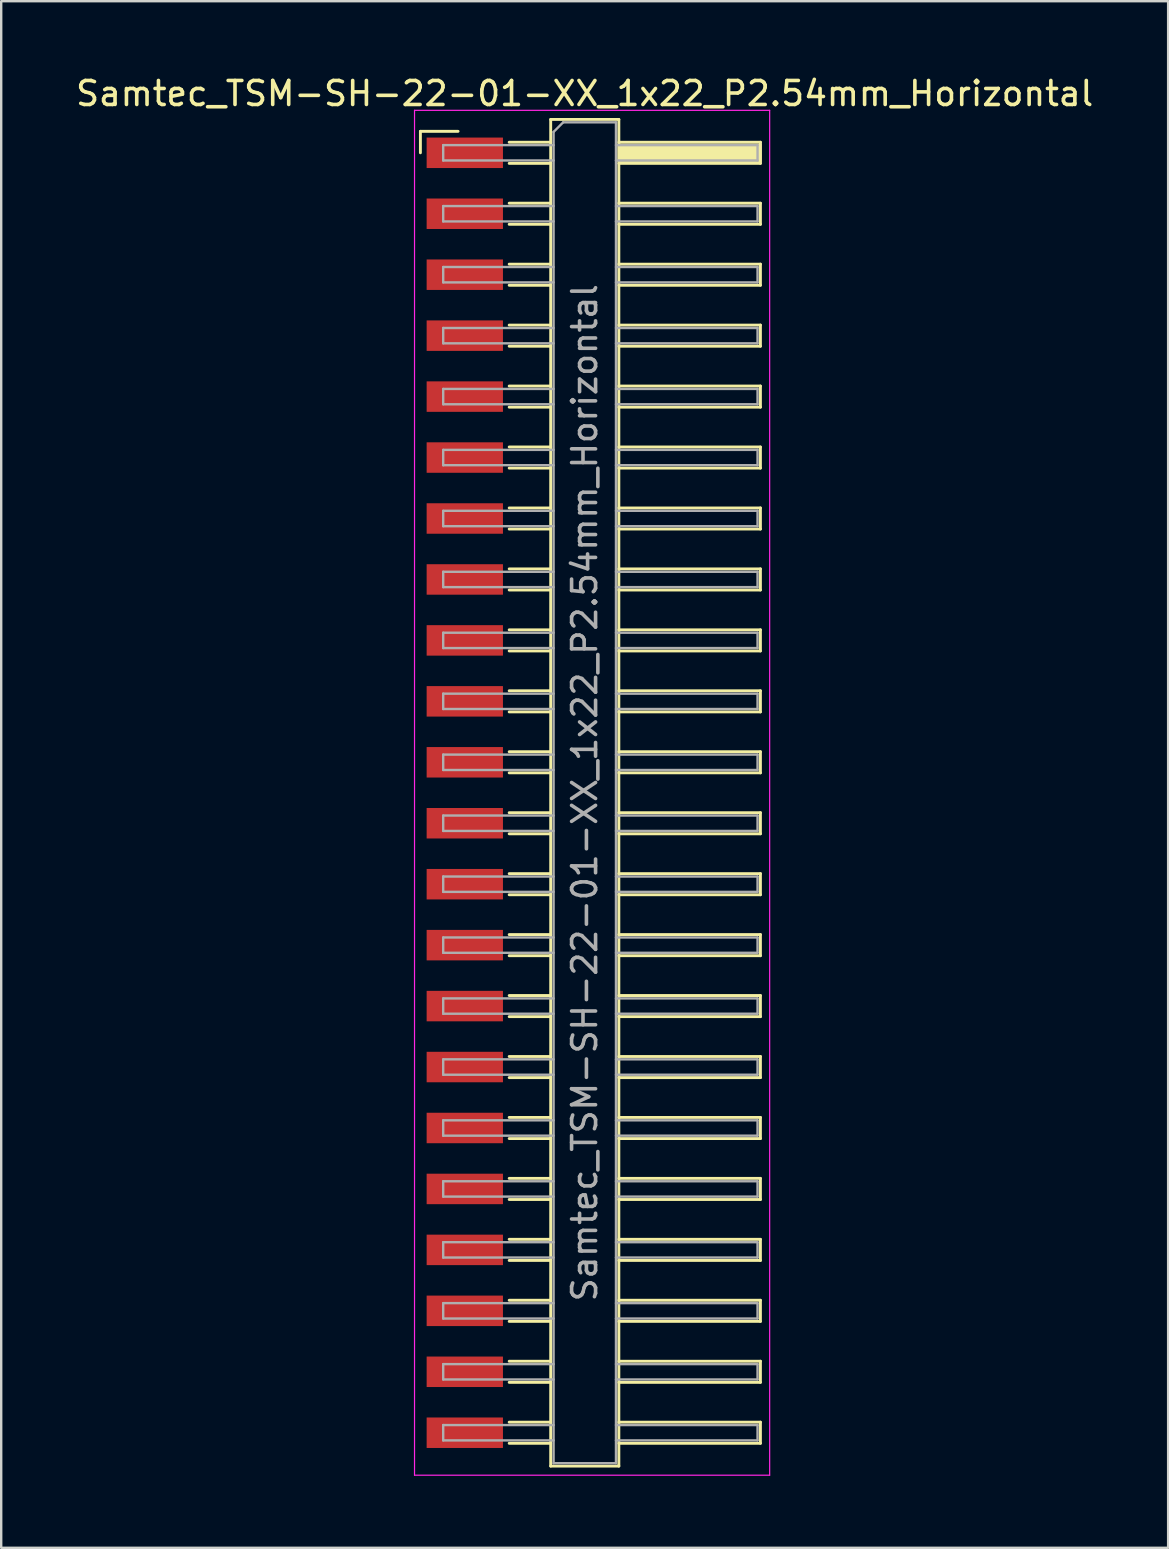
<source format=kicad_pcb>
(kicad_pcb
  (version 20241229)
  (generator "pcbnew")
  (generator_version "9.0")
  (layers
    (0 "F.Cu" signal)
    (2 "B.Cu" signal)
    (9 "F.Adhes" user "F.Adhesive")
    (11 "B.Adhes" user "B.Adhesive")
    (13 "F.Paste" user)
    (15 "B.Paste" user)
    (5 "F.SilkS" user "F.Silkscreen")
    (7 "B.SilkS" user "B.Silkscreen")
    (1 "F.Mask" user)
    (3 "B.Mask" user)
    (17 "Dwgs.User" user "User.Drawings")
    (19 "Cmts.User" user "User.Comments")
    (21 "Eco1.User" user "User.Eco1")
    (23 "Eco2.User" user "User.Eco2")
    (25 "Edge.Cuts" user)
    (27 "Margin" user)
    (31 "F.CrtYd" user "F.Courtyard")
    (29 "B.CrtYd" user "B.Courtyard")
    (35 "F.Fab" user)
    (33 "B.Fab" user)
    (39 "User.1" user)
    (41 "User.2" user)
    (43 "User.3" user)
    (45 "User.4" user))
  (footprint "Samtec_TSM-SH-22-01-XX_1x22_P2.54mm_Horizontal"
    (layer "F.Cu")
    (at 21.505 29.988)
    (property "Reference" "Samtec_TSM-SH-22-01-XX_1x22_P2.54mm_Horizontal" (at -0.19 -29.14 0) (layer "F.SilkS") (effects (font (size 1 1) (thickness 0.15))))
    (attr smd)
    (fp_line (start -7.035 -27.565) (end -5.465 -27.565) (stroke (width 0.12) (type solid)) (layer "F.SilkS"))
    (fp_line (start -7.035 -26.67) (end -7.035 -27.565) (stroke (width 0.12) (type solid)) (layer "F.SilkS"))
    (fp_line (start -3.335 -27.11) (end -1.605 -27.11) (stroke (width 0.12) (type solid)) (layer "F.SilkS"))
    (fp_line (start -3.335 -26.23) (end -1.605 -26.23) (stroke (width 0.12) (type solid)) (layer "F.SilkS"))
    (fp_line (start -3.335 -24.57) (end -1.605 -24.57) (stroke (width 0.12) (type solid)) (layer "F.SilkS"))
    (fp_line (start -3.335 -23.69) (end -1.605 -23.69) (stroke (width 0.12) (type solid)) (layer "F.SilkS"))
    (fp_line (start -3.335 -22.03) (end -1.605 -22.03) (stroke (width 0.12) (type solid)) (layer "F.SilkS"))
    (fp_line (start -3.335 -21.15) (end -1.605 -21.15) (stroke (width 0.12) (type solid)) (layer "F.SilkS"))
    (fp_line (start -3.335 -19.49) (end -1.605 -19.49) (stroke (width 0.12) (type solid)) (layer "F.SilkS"))
    (fp_line (start -3.335 -18.61) (end -1.605 -18.61) (stroke (width 0.12) (type solid)) (layer "F.SilkS"))
    (fp_line (start -3.335 -16.95) (end -1.605 -16.95) (stroke (width 0.12) (type solid)) (layer "F.SilkS"))
    (fp_line (start -3.335 -16.07) (end -1.605 -16.07) (stroke (width 0.12) (type solid)) (layer "F.SilkS"))
    (fp_line (start -3.335 -14.41) (end -1.605 -14.41) (stroke (width 0.12) (type solid)) (layer "F.SilkS"))
    (fp_line (start -3.335 -13.53) (end -1.605 -13.53) (stroke (width 0.12) (type solid)) (layer "F.SilkS"))
    (fp_line (start -3.335 -11.87) (end -1.605 -11.87) (stroke (width 0.12) (type solid)) (layer "F.SilkS"))
    (fp_line (start -3.335 -10.99) (end -1.605 -10.99) (stroke (width 0.12) (type solid)) (layer "F.SilkS"))
    (fp_line (start -3.335 -9.33) (end -1.605 -9.33) (stroke (width 0.12) (type solid)) (layer "F.SilkS"))
    (fp_line (start -3.335 -8.45) (end -1.605 -8.45) (stroke (width 0.12) (type solid)) (layer "F.SilkS"))
    (fp_line (start -3.335 -6.79) (end -1.605 -6.79) (stroke (width 0.12) (type solid)) (layer "F.SilkS"))
    (fp_line (start -3.335 -5.91) (end -1.605 -5.91) (stroke (width 0.12) (type solid)) (layer "F.SilkS"))
    (fp_line (start -3.335 -4.25) (end -1.605 -4.25) (stroke (width 0.12) (type solid)) (layer "F.SilkS"))
    (fp_line (start -3.335 -3.37) (end -1.605 -3.37) (stroke (width 0.12) (type solid)) (layer "F.SilkS"))
    (fp_line (start -3.335 -1.71) (end -1.605 -1.71) (stroke (width 0.12) (type solid)) (layer "F.SilkS"))
    (fp_line (start -3.335 -0.83) (end -1.605 -0.83) (stroke (width 0.12) (type solid)) (layer "F.SilkS"))
    (fp_line (start -3.335 0.83) (end -1.605 0.83) (stroke (width 0.12) (type solid)) (layer "F.SilkS"))
    (fp_line (start -3.335 1.71) (end -1.605 1.71) (stroke (width 0.12) (type solid)) (layer "F.SilkS"))
    (fp_line (start -3.335 3.37) (end -1.605 3.37) (stroke (width 0.12) (type solid)) (layer "F.SilkS"))
    (fp_line (start -3.335 4.25) (end -1.605 4.25) (stroke (width 0.12) (type solid)) (layer "F.SilkS"))
    (fp_line (start -3.335 5.91) (end -1.605 5.91) (stroke (width 0.12) (type solid)) (layer "F.SilkS"))
    (fp_line (start -3.335 6.79) (end -1.605 6.79) (stroke (width 0.12) (type solid)) (layer "F.SilkS"))
    (fp_line (start -3.335 8.45) (end -1.605 8.45) (stroke (width 0.12) (type solid)) (layer "F.SilkS"))
    (fp_line (start -3.335 9.33) (end -1.605 9.33) (stroke (width 0.12) (type solid)) (layer "F.SilkS"))
    (fp_line (start -3.335 10.99) (end -1.605 10.99) (stroke (width 0.12) (type solid)) (layer "F.SilkS"))
    (fp_line (start -3.335 11.87) (end -1.605 11.87) (stroke (width 0.12) (type solid)) (layer "F.SilkS"))
    (fp_line (start -3.335 13.53) (end -1.605 13.53) (stroke (width 0.12) (type solid)) (layer "F.SilkS"))
    (fp_line (start -3.335 14.41) (end -1.605 14.41) (stroke (width 0.12) (type solid)) (layer "F.SilkS"))
    (fp_line (start -3.335 16.07) (end -1.605 16.07) (stroke (width 0.12) (type solid)) (layer "F.SilkS"))
    (fp_line (start -3.335 16.95) (end -1.605 16.95) (stroke (width 0.12) (type solid)) (layer "F.SilkS"))
    (fp_line (start -3.335 18.61) (end -1.605 18.61) (stroke (width 0.12) (type solid)) (layer "F.SilkS"))
    (fp_line (start -3.335 19.49) (end -1.605 19.49) (stroke (width 0.12) (type solid)) (layer "F.SilkS"))
    (fp_line (start -3.335 21.15) (end -1.605 21.15) (stroke (width 0.12) (type solid)) (layer "F.SilkS"))
    (fp_line (start -3.335 22.03) (end -1.605 22.03) (stroke (width 0.12) (type solid)) (layer "F.SilkS"))
    (fp_line (start -3.335 23.69) (end -1.605 23.69) (stroke (width 0.12) (type solid)) (layer "F.SilkS"))
    (fp_line (start -3.335 24.57) (end -1.605 24.57) (stroke (width 0.12) (type solid)) (layer "F.SilkS"))
    (fp_line (start -3.335 26.23) (end -1.605 26.23) (stroke (width 0.12) (type solid)) (layer "F.SilkS"))
    (fp_line (start -3.335 27.11) (end -1.605 27.11) (stroke (width 0.12) (type solid)) (layer "F.SilkS"))
    (fp_line (start -1.605 -28.06) (end 1.235 -28.06) (stroke (width 0.12) (type solid)) (layer "F.SilkS"))
    (fp_line (start -1.605 28.06) (end -1.605 -28.06) (stroke (width 0.12) (type solid)) (layer "F.SilkS"))
    (fp_line (start 1.235 -28.06) (end 1.235 28.06) (stroke (width 0.12) (type solid)) (layer "F.SilkS"))
    (fp_line (start 1.235 -27.11) (end 7.135 -27.11) (stroke (width 0.12) (type solid)) (layer "F.SilkS"))
    (fp_line (start 1.235 -24.57) (end 7.135 -24.57) (stroke (width 0.12) (type solid)) (layer "F.SilkS"))
    (fp_line (start 1.235 -22.03) (end 7.135 -22.03) (stroke (width 0.12) (type solid)) (layer "F.SilkS"))
    (fp_line (start 1.235 -19.49) (end 7.135 -19.49) (stroke (width 0.12) (type solid)) (layer "F.SilkS"))
    (fp_line (start 1.235 -16.95) (end 7.135 -16.95) (stroke (width 0.12) (type solid)) (layer "F.SilkS"))
    (fp_line (start 1.235 -14.41) (end 7.135 -14.41) (stroke (width 0.12) (type solid)) (layer "F.SilkS"))
    (fp_line (start 1.235 -11.87) (end 7.135 -11.87) (stroke (width 0.12) (type solid)) (layer "F.SilkS"))
    (fp_line (start 1.235 -9.33) (end 7.135 -9.33) (stroke (width 0.12) (type solid)) (layer "F.SilkS"))
    (fp_line (start 1.235 -6.79) (end 7.135 -6.79) (stroke (width 0.12) (type solid)) (layer "F.SilkS"))
    (fp_line (start 1.235 -4.25) (end 7.135 -4.25) (stroke (width 0.12) (type solid)) (layer "F.SilkS"))
    (fp_line (start 1.235 -1.71) (end 7.135 -1.71) (stroke (width 0.12) (type solid)) (layer "F.SilkS"))
    (fp_line (start 1.235 0.83) (end 7.135 0.83) (stroke (width 0.12) (type solid)) (layer "F.SilkS"))
    (fp_line (start 1.235 3.37) (end 7.135 3.37) (stroke (width 0.12) (type solid)) (layer "F.SilkS"))
    (fp_line (start 1.235 5.91) (end 7.135 5.91) (stroke (width 0.12) (type solid)) (layer "F.SilkS"))
    (fp_line (start 1.235 8.45) (end 7.135 8.45) (stroke (width 0.12) (type solid)) (layer "F.SilkS"))
    (fp_line (start 1.235 10.99) (end 7.135 10.99) (stroke (width 0.12) (type solid)) (layer "F.SilkS"))
    (fp_line (start 1.235 13.53) (end 7.135 13.53) (stroke (width 0.12) (type solid)) (layer "F.SilkS"))
    (fp_line (start 1.235 16.07) (end 7.135 16.07) (stroke (width 0.12) (type solid)) (layer "F.SilkS"))
    (fp_line (start 1.235 18.61) (end 7.135 18.61) (stroke (width 0.12) (type solid)) (layer "F.SilkS"))
    (fp_line (start 1.235 21.15) (end 7.135 21.15) (stroke (width 0.12) (type solid)) (layer "F.SilkS"))
    (fp_line (start 1.235 23.69) (end 7.135 23.69) (stroke (width 0.12) (type solid)) (layer "F.SilkS"))
    (fp_line (start 1.235 26.23) (end 7.135 26.23) (stroke (width 0.12) (type solid)) (layer "F.SilkS"))
    (fp_line (start 1.235 28.06) (end -1.605 28.06) (stroke (width 0.12) (type solid)) (layer "F.SilkS"))
    (fp_line (start 7.135 -27.11) (end 7.135 -26.23) (stroke (width 0.12) (type solid)) (layer "F.SilkS"))
    (fp_line (start 7.135 -26.23) (end 1.235 -26.23) (stroke (width 0.12) (type solid)) (layer "F.SilkS"))
    (fp_line (start 7.135 -24.57) (end 7.135 -23.69) (stroke (width 0.12) (type solid)) (layer "F.SilkS"))
    (fp_line (start 7.135 -23.69) (end 1.235 -23.69) (stroke (width 0.12) (type solid)) (layer "F.SilkS"))
    (fp_line (start 7.135 -22.03) (end 7.135 -21.15) (stroke (width 0.12) (type solid)) (layer "F.SilkS"))
    (fp_line (start 7.135 -21.15) (end 1.235 -21.15) (stroke (width 0.12) (type solid)) (layer "F.SilkS"))
    (fp_line (start 7.135 -19.49) (end 7.135 -18.61) (stroke (width 0.12) (type solid)) (layer "F.SilkS"))
    (fp_line (start 7.135 -18.61) (end 1.235 -18.61) (stroke (width 0.12) (type solid)) (layer "F.SilkS"))
    (fp_line (start 7.135 -16.95) (end 7.135 -16.07) (stroke (width 0.12) (type solid)) (layer "F.SilkS"))
    (fp_line (start 7.135 -16.07) (end 1.235 -16.07) (stroke (width 0.12) (type solid)) (layer "F.SilkS"))
    (fp_line (start 7.135 -14.41) (end 7.135 -13.53) (stroke (width 0.12) (type solid)) (layer "F.SilkS"))
    (fp_line (start 7.135 -13.53) (end 1.235 -13.53) (stroke (width 0.12) (type solid)) (layer "F.SilkS"))
    (fp_line (start 7.135 -11.87) (end 7.135 -10.99) (stroke (width 0.12) (type solid)) (layer "F.SilkS"))
    (fp_line (start 7.135 -10.99) (end 1.235 -10.99) (stroke (width 0.12) (type solid)) (layer "F.SilkS"))
    (fp_line (start 7.135 -9.33) (end 7.135 -8.45) (stroke (width 0.12) (type solid)) (layer "F.SilkS"))
    (fp_line (start 7.135 -8.45) (end 1.235 -8.45) (stroke (width 0.12) (type solid)) (layer "F.SilkS"))
    (fp_line (start 7.135 -6.79) (end 7.135 -5.91) (stroke (width 0.12) (type solid)) (layer "F.SilkS"))
    (fp_line (start 7.135 -5.91) (end 1.235 -5.91) (stroke (width 0.12) (type solid)) (layer "F.SilkS"))
    (fp_line (start 7.135 -4.25) (end 7.135 -3.37) (stroke (width 0.12) (type solid)) (layer "F.SilkS"))
    (fp_line (start 7.135 -3.37) (end 1.235 -3.37) (stroke (width 0.12) (type solid)) (layer "F.SilkS"))
    (fp_line (start 7.135 -1.71) (end 7.135 -0.83) (stroke (width 0.12) (type solid)) (layer "F.SilkS"))
    (fp_line (start 7.135 -0.83) (end 1.235 -0.83) (stroke (width 0.12) (type solid)) (layer "F.SilkS"))
    (fp_line (start 7.135 0.83) (end 7.135 1.71) (stroke (width 0.12) (type solid)) (layer "F.SilkS"))
    (fp_line (start 7.135 1.71) (end 1.235 1.71) (stroke (width 0.12) (type solid)) (layer "F.SilkS"))
    (fp_line (start 7.135 3.37) (end 7.135 4.25) (stroke (width 0.12) (type solid)) (layer "F.SilkS"))
    (fp_line (start 7.135 4.25) (end 1.235 4.25) (stroke (width 0.12) (type solid)) (layer "F.SilkS"))
    (fp_line (start 7.135 5.91) (end 7.135 6.79) (stroke (width 0.12) (type solid)) (layer "F.SilkS"))
    (fp_line (start 7.135 6.79) (end 1.235 6.79) (stroke (width 0.12) (type solid)) (layer "F.SilkS"))
    (fp_line (start 7.135 8.45) (end 7.135 9.33) (stroke (width 0.12) (type solid)) (layer "F.SilkS"))
    (fp_line (start 7.135 9.33) (end 1.235 9.33) (stroke (width 0.12) (type solid)) (layer "F.SilkS"))
    (fp_line (start 7.135 10.99) (end 7.135 11.87) (stroke (width 0.12) (type solid)) (layer "F.SilkS"))
    (fp_line (start 7.135 11.87) (end 1.235 11.87) (stroke (width 0.12) (type solid)) (layer "F.SilkS"))
    (fp_line (start 7.135 13.53) (end 7.135 14.41) (stroke (width 0.12) (type solid)) (layer "F.SilkS"))
    (fp_line (start 7.135 14.41) (end 1.235 14.41) (stroke (width 0.12) (type solid)) (layer "F.SilkS"))
    (fp_line (start 7.135 16.07) (end 7.135 16.95) (stroke (width 0.12) (type solid)) (layer "F.SilkS"))
    (fp_line (start 7.135 16.95) (end 1.235 16.95) (stroke (width 0.12) (type solid)) (layer "F.SilkS"))
    (fp_line (start 7.135 18.61) (end 7.135 19.49) (stroke (width 0.12) (type solid)) (layer "F.SilkS"))
    (fp_line (start 7.135 19.49) (end 1.235 19.49) (stroke (width 0.12) (type solid)) (layer "F.SilkS"))
    (fp_line (start 7.135 21.15) (end 7.135 22.03) (stroke (width 0.12) (type solid)) (layer "F.SilkS"))
    (fp_line (start 7.135 22.03) (end 1.235 22.03) (stroke (width 0.12) (type solid)) (layer "F.SilkS"))
    (fp_line (start 7.135 23.69) (end 7.135 24.57) (stroke (width 0.12) (type solid)) (layer "F.SilkS"))
    (fp_line (start 7.135 24.57) (end 1.235 24.57) (stroke (width 0.12) (type solid)) (layer "F.SilkS"))
    (fp_line (start 7.135 26.23) (end 7.135 27.11) (stroke (width 0.12) (type solid)) (layer "F.SilkS"))
    (fp_line (start 7.135 27.11) (end 1.235 27.11) (stroke (width 0.12) (type solid)) (layer "F.SilkS"))
    (fp_line (start -7.28 -28.44) (end 7.52 -28.44) (stroke (width 0.05) (type solid)) (layer "F.CrtYd"))
    (fp_line (start -7.28 28.44) (end -7.28 -28.44) (stroke (width 0.05) (type solid)) (layer "F.CrtYd"))
    (fp_line (start 7.52 -28.44) (end 7.52 28.44) (stroke (width 0.05) (type solid)) (layer "F.CrtYd"))
    (fp_line (start 7.52 28.44) (end -7.28 28.44) (stroke (width 0.05) (type solid)) (layer "F.CrtYd"))
    (fp_line (start -6.085 -26.99) (end -6.085 -26.35) (stroke (width 0.1) (type solid)) (layer "F.Fab"))
    (fp_line (start -6.085 -26.35) (end -1.485 -26.35) (stroke (width 0.1) (type solid)) (layer "F.Fab"))
    (fp_line (start -6.085 -24.45) (end -6.085 -23.81) (stroke (width 0.1) (type solid)) (layer "F.Fab"))
    (fp_line (start -6.085 -23.81) (end -1.485 -23.81) (stroke (width 0.1) (type solid)) (layer "F.Fab"))
    (fp_line (start -6.085 -21.91) (end -6.085 -21.27) (stroke (width 0.1) (type solid)) (layer "F.Fab"))
    (fp_line (start -6.085 -21.27) (end -1.485 -21.27) (stroke (width 0.1) (type solid)) (layer "F.Fab"))
    (fp_line (start -6.085 -19.37) (end -6.085 -18.73) (stroke (width 0.1) (type solid)) (layer "F.Fab"))
    (fp_line (start -6.085 -18.73) (end -1.485 -18.73) (stroke (width 0.1) (type solid)) (layer "F.Fab"))
    (fp_line (start -6.085 -16.83) (end -6.085 -16.19) (stroke (width 0.1) (type solid)) (layer "F.Fab"))
    (fp_line (start -6.085 -16.19) (end -1.485 -16.19) (stroke (width 0.1) (type solid)) (layer "F.Fab"))
    (fp_line (start -6.085 -14.29) (end -6.085 -13.65) (stroke (width 0.1) (type solid)) (layer "F.Fab"))
    (fp_line (start -6.085 -13.65) (end -1.485 -13.65) (stroke (width 0.1) (type solid)) (layer "F.Fab"))
    (fp_line (start -6.085 -11.75) (end -6.085 -11.11) (stroke (width 0.1) (type solid)) (layer "F.Fab"))
    (fp_line (start -6.085 -11.11) (end -1.485 -11.11) (stroke (width 0.1) (type solid)) (layer "F.Fab"))
    (fp_line (start -6.085 -9.21) (end -6.085 -8.57) (stroke (width 0.1) (type solid)) (layer "F.Fab"))
    (fp_line (start -6.085 -8.57) (end -1.485 -8.57) (stroke (width 0.1) (type solid)) (layer "F.Fab"))
    (fp_line (start -6.085 -6.67) (end -6.085 -6.03) (stroke (width 0.1) (type solid)) (layer "F.Fab"))
    (fp_line (start -6.085 -6.03) (end -1.485 -6.03) (stroke (width 0.1) (type solid)) (layer "F.Fab"))
    (fp_line (start -6.085 -4.13) (end -6.085 -3.49) (stroke (width 0.1) (type solid)) (layer "F.Fab"))
    (fp_line (start -6.085 -3.49) (end -1.485 -3.49) (stroke (width 0.1) (type solid)) (layer "F.Fab"))
    (fp_line (start -6.085 -1.59) (end -6.085 -0.95) (stroke (width 0.1) (type solid)) (layer "F.Fab"))
    (fp_line (start -6.085 -0.95) (end -1.485 -0.95) (stroke (width 0.1) (type solid)) (layer "F.Fab"))
    (fp_line (start -6.085 0.95) (end -6.085 1.59) (stroke (width 0.1) (type solid)) (layer "F.Fab"))
    (fp_line (start -6.085 1.59) (end -1.485 1.59) (stroke (width 0.1) (type solid)) (layer "F.Fab"))
    (fp_line (start -6.085 3.49) (end -6.085 4.13) (stroke (width 0.1) (type solid)) (layer "F.Fab"))
    (fp_line (start -6.085 4.13) (end -1.485 4.13) (stroke (width 0.1) (type solid)) (layer "F.Fab"))
    (fp_line (start -6.085 6.03) (end -6.085 6.67) (stroke (width 0.1) (type solid)) (layer "F.Fab"))
    (fp_line (start -6.085 6.67) (end -1.485 6.67) (stroke (width 0.1) (type solid)) (layer "F.Fab"))
    (fp_line (start -6.085 8.57) (end -6.085 9.21) (stroke (width 0.1) (type solid)) (layer "F.Fab"))
    (fp_line (start -6.085 9.21) (end -1.485 9.21) (stroke (width 0.1) (type solid)) (layer "F.Fab"))
    (fp_line (start -6.085 11.11) (end -6.085 11.75) (stroke (width 0.1) (type solid)) (layer "F.Fab"))
    (fp_line (start -6.085 11.75) (end -1.485 11.75) (stroke (width 0.1) (type solid)) (layer "F.Fab"))
    (fp_line (start -6.085 13.65) (end -6.085 14.29) (stroke (width 0.1) (type solid)) (layer "F.Fab"))
    (fp_line (start -6.085 14.29) (end -1.485 14.29) (stroke (width 0.1) (type solid)) (layer "F.Fab"))
    (fp_line (start -6.085 16.19) (end -6.085 16.83) (stroke (width 0.1) (type solid)) (layer "F.Fab"))
    (fp_line (start -6.085 16.83) (end -1.485 16.83) (stroke (width 0.1) (type solid)) (layer "F.Fab"))
    (fp_line (start -6.085 18.73) (end -6.085 19.37) (stroke (width 0.1) (type solid)) (layer "F.Fab"))
    (fp_line (start -6.085 19.37) (end -1.485 19.37) (stroke (width 0.1) (type solid)) (layer "F.Fab"))
    (fp_line (start -6.085 21.27) (end -6.085 21.91) (stroke (width 0.1) (type solid)) (layer "F.Fab"))
    (fp_line (start -6.085 21.91) (end -1.485 21.91) (stroke (width 0.1) (type solid)) (layer "F.Fab"))
    (fp_line (start -6.085 23.81) (end -6.085 24.45) (stroke (width 0.1) (type solid)) (layer "F.Fab"))
    (fp_line (start -6.085 24.45) (end -1.485 24.45) (stroke (width 0.1) (type solid)) (layer "F.Fab"))
    (fp_line (start -6.085 26.35) (end -6.085 26.99) (stroke (width 0.1) (type solid)) (layer "F.Fab"))
    (fp_line (start -6.085 26.99) (end -1.485 26.99) (stroke (width 0.1) (type solid)) (layer "F.Fab"))
    (fp_line (start -1.485 -27.54) (end -1.085 -27.94) (stroke (width 0.1) (type solid)) (layer "F.Fab"))
    (fp_line (start -1.485 -26.99) (end -6.085 -26.99) (stroke (width 0.1) (type solid)) (layer "F.Fab"))
    (fp_line (start -1.485 -24.45) (end -6.085 -24.45) (stroke (width 0.1) (type solid)) (layer "F.Fab"))
    (fp_line (start -1.485 -21.91) (end -6.085 -21.91) (stroke (width 0.1) (type solid)) (layer "F.Fab"))
    (fp_line (start -1.485 -19.37) (end -6.085 -19.37) (stroke (width 0.1) (type solid)) (layer "F.Fab"))
    (fp_line (start -1.485 -16.83) (end -6.085 -16.83) (stroke (width 0.1) (type solid)) (layer "F.Fab"))
    (fp_line (start -1.485 -14.29) (end -6.085 -14.29) (stroke (width 0.1) (type solid)) (layer "F.Fab"))
    (fp_line (start -1.485 -11.75) (end -6.085 -11.75) (stroke (width 0.1) (type solid)) (layer "F.Fab"))
    (fp_line (start -1.485 -9.21) (end -6.085 -9.21) (stroke (width 0.1) (type solid)) (layer "F.Fab"))
    (fp_line (start -1.485 -6.67) (end -6.085 -6.67) (stroke (width 0.1) (type solid)) (layer "F.Fab"))
    (fp_line (start -1.485 -4.13) (end -6.085 -4.13) (stroke (width 0.1) (type solid)) (layer "F.Fab"))
    (fp_line (start -1.485 -1.59) (end -6.085 -1.59) (stroke (width 0.1) (type solid)) (layer "F.Fab"))
    (fp_line (start -1.485 0.95) (end -6.085 0.95) (stroke (width 0.1) (type solid)) (layer "F.Fab"))
    (fp_line (start -1.485 3.49) (end -6.085 3.49) (stroke (width 0.1) (type solid)) (layer "F.Fab"))
    (fp_line (start -1.485 6.03) (end -6.085 6.03) (stroke (width 0.1) (type solid)) (layer "F.Fab"))
    (fp_line (start -1.485 8.57) (end -6.085 8.57) (stroke (width 0.1) (type solid)) (layer "F.Fab"))
    (fp_line (start -1.485 11.11) (end -6.085 11.11) (stroke (width 0.1) (type solid)) (layer "F.Fab"))
    (fp_line (start -1.485 13.65) (end -6.085 13.65) (stroke (width 0.1) (type solid)) (layer "F.Fab"))
    (fp_line (start -1.485 16.19) (end -6.085 16.19) (stroke (width 0.1) (type solid)) (layer "F.Fab"))
    (fp_line (start -1.485 18.73) (end -6.085 18.73) (stroke (width 0.1) (type solid)) (layer "F.Fab"))
    (fp_line (start -1.485 21.27) (end -6.085 21.27) (stroke (width 0.1) (type solid)) (layer "F.Fab"))
    (fp_line (start -1.485 23.81) (end -6.085 23.81) (stroke (width 0.1) (type solid)) (layer "F.Fab"))
    (fp_line (start -1.485 26.35) (end -6.085 26.35) (stroke (width 0.1) (type solid)) (layer "F.Fab"))
    (fp_line (start -1.485 27.94) (end -1.485 -27.54) (stroke (width 0.1) (type solid)) (layer "F.Fab"))
    (fp_line (start -1.085 -27.94) (end 1.115 -27.94) (stroke (width 0.1) (type solid)) (layer "F.Fab"))
    (fp_line (start 1.115 -27.94) (end 1.115 27.94) (stroke (width 0.1) (type solid)) (layer "F.Fab"))
    (fp_line (start 1.115 -26.99) (end 7.015 -26.99) (stroke (width 0.1) (type solid)) (layer "F.Fab"))
    (fp_line (start 1.115 -24.45) (end 7.015 -24.45) (stroke (width 0.1) (type solid)) (layer "F.Fab"))
    (fp_line (start 1.115 -21.91) (end 7.015 -21.91) (stroke (width 0.1) (type solid)) (layer "F.Fab"))
    (fp_line (start 1.115 -19.37) (end 7.015 -19.37) (stroke (width 0.1) (type solid)) (layer "F.Fab"))
    (fp_line (start 1.115 -16.83) (end 7.015 -16.83) (stroke (width 0.1) (type solid)) (layer "F.Fab"))
    (fp_line (start 1.115 -14.29) (end 7.015 -14.29) (stroke (width 0.1) (type solid)) (layer "F.Fab"))
    (fp_line (start 1.115 -11.75) (end 7.015 -11.75) (stroke (width 0.1) (type solid)) (layer "F.Fab"))
    (fp_line (start 1.115 -9.21) (end 7.015 -9.21) (stroke (width 0.1) (type solid)) (layer "F.Fab"))
    (fp_line (start 1.115 -6.67) (end 7.015 -6.67) (stroke (width 0.1) (type solid)) (layer "F.Fab"))
    (fp_line (start 1.115 -4.13) (end 7.015 -4.13) (stroke (width 0.1) (type solid)) (layer "F.Fab"))
    (fp_line (start 1.115 -1.59) (end 7.015 -1.59) (stroke (width 0.1) (type solid)) (layer "F.Fab"))
    (fp_line (start 1.115 0.95) (end 7.015 0.95) (stroke (width 0.1) (type solid)) (layer "F.Fab"))
    (fp_line (start 1.115 3.49) (end 7.015 3.49) (stroke (width 0.1) (type solid)) (layer "F.Fab"))
    (fp_line (start 1.115 6.03) (end 7.015 6.03) (stroke (width 0.1) (type solid)) (layer "F.Fab"))
    (fp_line (start 1.115 8.57) (end 7.015 8.57) (stroke (width 0.1) (type solid)) (layer "F.Fab"))
    (fp_line (start 1.115 11.11) (end 7.015 11.11) (stroke (width 0.1) (type solid)) (layer "F.Fab"))
    (fp_line (start 1.115 13.65) (end 7.015 13.65) (stroke (width 0.1) (type solid)) (layer "F.Fab"))
    (fp_line (start 1.115 16.19) (end 7.015 16.19) (stroke (width 0.1) (type solid)) (layer "F.Fab"))
    (fp_line (start 1.115 18.73) (end 7.015 18.73) (stroke (width 0.1) (type solid)) (layer "F.Fab"))
    (fp_line (start 1.115 21.27) (end 7.015 21.27) (stroke (width 0.1) (type solid)) (layer "F.Fab"))
    (fp_line (start 1.115 23.81) (end 7.015 23.81) (stroke (width 0.1) (type solid)) (layer "F.Fab"))
    (fp_line (start 1.115 26.35) (end 7.015 26.35) (stroke (width 0.1) (type solid)) (layer "F.Fab"))
    (fp_line (start 1.115 27.94) (end -1.485 27.94) (stroke (width 0.1) (type solid)) (layer "F.Fab"))
    (fp_line (start 7.015 -26.99) (end 7.015 -26.35) (stroke (width 0.1) (type solid)) (layer "F.Fab"))
    (fp_line (start 7.015 -26.35) (end 1.115 -26.35) (stroke (width 0.1) (type solid)) (layer "F.Fab"))
    (fp_line (start 7.015 -24.45) (end 7.015 -23.81) (stroke (width 0.1) (type solid)) (layer "F.Fab"))
    (fp_line (start 7.015 -23.81) (end 1.115 -23.81) (stroke (width 0.1) (type solid)) (layer "F.Fab"))
    (fp_line (start 7.015 -21.91) (end 7.015 -21.27) (stroke (width 0.1) (type solid)) (layer "F.Fab"))
    (fp_line (start 7.015 -21.27) (end 1.115 -21.27) (stroke (width 0.1) (type solid)) (layer "F.Fab"))
    (fp_line (start 7.015 -19.37) (end 7.015 -18.73) (stroke (width 0.1) (type solid)) (layer "F.Fab"))
    (fp_line (start 7.015 -18.73) (end 1.115 -18.73) (stroke (width 0.1) (type solid)) (layer "F.Fab"))
    (fp_line (start 7.015 -16.83) (end 7.015 -16.19) (stroke (width 0.1) (type solid)) (layer "F.Fab"))
    (fp_line (start 7.015 -16.19) (end 1.115 -16.19) (stroke (width 0.1) (type solid)) (layer "F.Fab"))
    (fp_line (start 7.015 -14.29) (end 7.015 -13.65) (stroke (width 0.1) (type solid)) (layer "F.Fab"))
    (fp_line (start 7.015 -13.65) (end 1.115 -13.65) (stroke (width 0.1) (type solid)) (layer "F.Fab"))
    (fp_line (start 7.015 -11.75) (end 7.015 -11.11) (stroke (width 0.1) (type solid)) (layer "F.Fab"))
    (fp_line (start 7.015 -11.11) (end 1.115 -11.11) (stroke (width 0.1) (type solid)) (layer "F.Fab"))
    (fp_line (start 7.015 -9.21) (end 7.015 -8.57) (stroke (width 0.1) (type solid)) (layer "F.Fab"))
    (fp_line (start 7.015 -8.57) (end 1.115 -8.57) (stroke (width 0.1) (type solid)) (layer "F.Fab"))
    (fp_line (start 7.015 -6.67) (end 7.015 -6.03) (stroke (width 0.1) (type solid)) (layer "F.Fab"))
    (fp_line (start 7.015 -6.03) (end 1.115 -6.03) (stroke (width 0.1) (type solid)) (layer "F.Fab"))
    (fp_line (start 7.015 -4.13) (end 7.015 -3.49) (stroke (width 0.1) (type solid)) (layer "F.Fab"))
    (fp_line (start 7.015 -3.49) (end 1.115 -3.49) (stroke (width 0.1) (type solid)) (layer "F.Fab"))
    (fp_line (start 7.015 -1.59) (end 7.015 -0.95) (stroke (width 0.1) (type solid)) (layer "F.Fab"))
    (fp_line (start 7.015 -0.95) (end 1.115 -0.95) (stroke (width 0.1) (type solid)) (layer "F.Fab"))
    (fp_line (start 7.015 0.95) (end 7.015 1.59) (stroke (width 0.1) (type solid)) (layer "F.Fab"))
    (fp_line (start 7.015 1.59) (end 1.115 1.59) (stroke (width 0.1) (type solid)) (layer "F.Fab"))
    (fp_line (start 7.015 3.49) (end 7.015 4.13) (stroke (width 0.1) (type solid)) (layer "F.Fab"))
    (fp_line (start 7.015 4.13) (end 1.115 4.13) (stroke (width 0.1) (type solid)) (layer "F.Fab"))
    (fp_line (start 7.015 6.03) (end 7.015 6.67) (stroke (width 0.1) (type solid)) (layer "F.Fab"))
    (fp_line (start 7.015 6.67) (end 1.115 6.67) (stroke (width 0.1) (type solid)) (layer "F.Fab"))
    (fp_line (start 7.015 8.57) (end 7.015 9.21) (stroke (width 0.1) (type solid)) (layer "F.Fab"))
    (fp_line (start 7.015 9.21) (end 1.115 9.21) (stroke (width 0.1) (type solid)) (layer "F.Fab"))
    (fp_line (start 7.015 11.11) (end 7.015 11.75) (stroke (width 0.1) (type solid)) (layer "F.Fab"))
    (fp_line (start 7.015 11.75) (end 1.115 11.75) (stroke (width 0.1) (type solid)) (layer "F.Fab"))
    (fp_line (start 7.015 13.65) (end 7.015 14.29) (stroke (width 0.1) (type solid)) (layer "F.Fab"))
    (fp_line (start 7.015 14.29) (end 1.115 14.29) (stroke (width 0.1) (type solid)) (layer "F.Fab"))
    (fp_line (start 7.015 16.19) (end 7.015 16.83) (stroke (width 0.1) (type solid)) (layer "F.Fab"))
    (fp_line (start 7.015 16.83) (end 1.115 16.83) (stroke (width 0.1) (type solid)) (layer "F.Fab"))
    (fp_line (start 7.015 18.73) (end 7.015 19.37) (stroke (width 0.1) (type solid)) (layer "F.Fab"))
    (fp_line (start 7.015 19.37) (end 1.115 19.37) (stroke (width 0.1) (type solid)) (layer "F.Fab"))
    (fp_line (start 7.015 21.27) (end 7.015 21.91) (stroke (width 0.1) (type solid)) (layer "F.Fab"))
    (fp_line (start 7.015 21.91) (end 1.115 21.91) (stroke (width 0.1) (type solid)) (layer "F.Fab"))
    (fp_line (start 7.015 23.81) (end 7.015 24.45) (stroke (width 0.1) (type solid)) (layer "F.Fab"))
    (fp_line (start 7.015 24.45) (end 1.115 24.45) (stroke (width 0.1) (type solid)) (layer "F.Fab"))
    (fp_line (start 7.015 26.35) (end 7.015 26.99) (stroke (width 0.1) (type solid)) (layer "F.Fab"))
    (fp_line (start 7.015 26.99) (end 1.115 26.99) (stroke (width 0.1) (type solid)) (layer "F.Fab"))
    (fp_text user "${REFERENCE}" (at -0.19 0 90) (layer "F.Fab") (effects (font (size 1 1) (thickness 0.15))))
    (pad "" smd rect (at 4.185 -26.67) (size 6 0.76) (layers "F.SilkS"))
    (pad "1" smd rect (at -5.185 -26.67) (size 3.18 1.27) (layers "F.Cu" "F.Mask" "F.Paste"))
    (pad "2" smd rect (at -5.185 -24.13) (size 3.18 1.27) (layers "F.Cu" "F.Mask" "F.Paste"))
    (pad "3" smd rect (at -5.185 -21.59) (size 3.18 1.27) (layers "F.Cu" "F.Mask" "F.Paste"))
    (pad "4" smd rect (at -5.185 -19.05) (size 3.18 1.27) (layers "F.Cu" "F.Mask" "F.Paste"))
    (pad "5" smd rect (at -5.185 -16.51) (size 3.18 1.27) (layers "F.Cu" "F.Mask" "F.Paste"))
    (pad "6" smd rect (at -5.185 -13.97) (size 3.18 1.27) (layers "F.Cu" "F.Mask" "F.Paste"))
    (pad "7" smd rect (at -5.185 -11.43) (size 3.18 1.27) (layers "F.Cu" "F.Mask" "F.Paste"))
    (pad "8" smd rect (at -5.185 -8.89) (size 3.18 1.27) (layers "F.Cu" "F.Mask" "F.Paste"))
    (pad "9" smd rect (at -5.185 -6.35) (size 3.18 1.27) (layers "F.Cu" "F.Mask" "F.Paste"))
    (pad "10" smd rect (at -5.185 -3.81) (size 3.18 1.27) (layers "F.Cu" "F.Mask" "F.Paste"))
    (pad "11" smd rect (at -5.185 -1.27) (size 3.18 1.27) (layers "F.Cu" "F.Mask" "F.Paste"))
    (pad "12" smd rect (at -5.185 1.27) (size 3.18 1.27) (layers "F.Cu" "F.Mask" "F.Paste"))
    (pad "13" smd rect (at -5.185 3.81) (size 3.18 1.27) (layers "F.Cu" "F.Mask" "F.Paste"))
    (pad "14" smd rect (at -5.185 6.35) (size 3.18 1.27) (layers "F.Cu" "F.Mask" "F.Paste"))
    (pad "15" smd rect (at -5.185 8.89) (size 3.18 1.27) (layers "F.Cu" "F.Mask" "F.Paste"))
    (pad "16" smd rect (at -5.185 11.43) (size 3.18 1.27) (layers "F.Cu" "F.Mask" "F.Paste"))
    (pad "17" smd rect (at -5.185 13.97) (size 3.18 1.27) (layers "F.Cu" "F.Mask" "F.Paste"))
    (pad "18" smd rect (at -5.185 16.51) (size 3.18 1.27) (layers "F.Cu" "F.Mask" "F.Paste"))
    (pad "19" smd rect (at -5.185 19.05) (size 3.18 1.27) (layers "F.Cu" "F.Mask" "F.Paste"))
    (pad "20" smd rect (at -5.185 21.59) (size 3.18 1.27) (layers "F.Cu" "F.Mask" "F.Paste"))
    (pad "21" smd rect (at -5.185 24.13) (size 3.18 1.27) (layers "F.Cu" "F.Mask" "F.Paste"))
    (pad "22" smd rect (at -5.185 26.67) (size 3.18 1.27) (layers "F.Cu" "F.Mask" "F.Paste")))
  (gr_rect
    (start -3 -3)
    (end 45.631 61.453)
    (stroke (width 0.1) (type default))
    (fill no)
    (layer "Edge.Cuts")))
</source>
